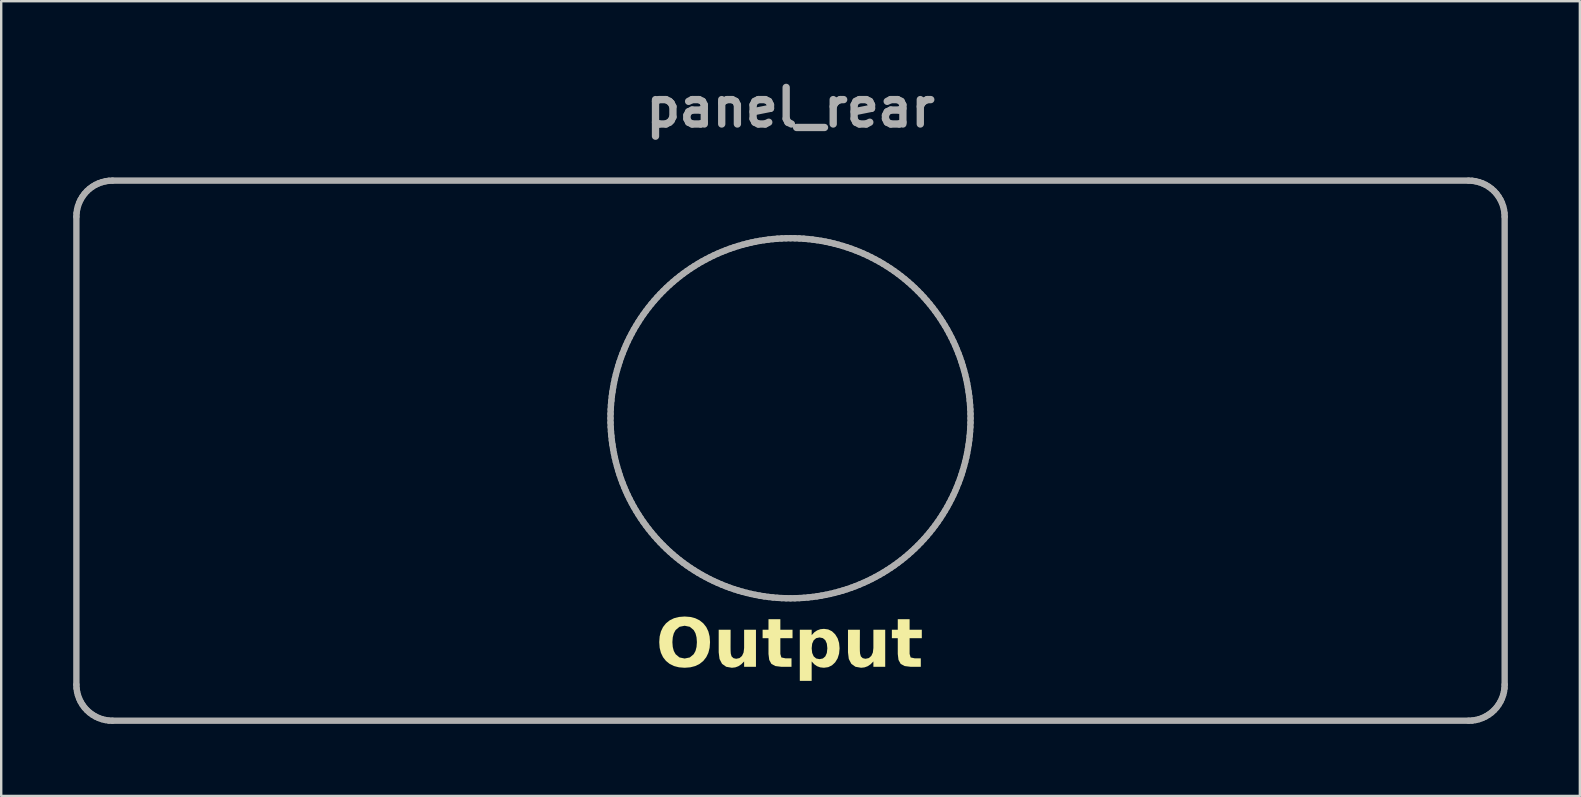
<source format=kicad_pcb>
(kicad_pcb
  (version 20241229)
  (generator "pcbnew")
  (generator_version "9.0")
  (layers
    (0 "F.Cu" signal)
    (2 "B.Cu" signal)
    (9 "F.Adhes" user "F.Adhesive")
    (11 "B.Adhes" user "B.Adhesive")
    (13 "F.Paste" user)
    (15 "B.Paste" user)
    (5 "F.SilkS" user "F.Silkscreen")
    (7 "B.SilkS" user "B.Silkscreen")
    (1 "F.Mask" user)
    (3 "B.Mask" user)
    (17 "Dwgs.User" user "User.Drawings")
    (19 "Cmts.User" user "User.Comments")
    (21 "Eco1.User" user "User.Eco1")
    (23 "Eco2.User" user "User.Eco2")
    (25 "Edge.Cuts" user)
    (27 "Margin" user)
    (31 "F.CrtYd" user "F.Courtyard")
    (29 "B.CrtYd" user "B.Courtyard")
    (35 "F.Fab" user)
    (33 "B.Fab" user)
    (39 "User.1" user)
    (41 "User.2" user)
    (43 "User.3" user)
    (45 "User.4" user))
  (footprint "panel_rear"
    (layer "F.Cu")
    (at 29.882 15.724)
    (property "Reference" "panel_rear" (at 0 -14.298 0) (layer "F.Fab") (effects (font (size 1.524 1.524) (thickness 0.305))))
    (attr exclude_from_pos_files exclude_from_bom)
    (fp_poly (pts (xy -0.424 7.022) (xy -0.424 7.46) (xy 0.084 7.46) (xy 0.084 7.813) (xy -0.424 7.813) (xy -0.424 8.468) (xy -0.382 8.614) (xy -0.212 8.651) (xy 0.041 8.651) (xy 0.041 9.004) (xy -0.382 9.004) (xy -0.631 8.973) (xy -0.797 8.883) (xy -0.887 8.717) (xy -0.918 8.468) (xy -0.918 7.813) (xy -1.163 7.813) (xy -1.163 7.46) (xy -0.918 7.46) (xy -0.918 7.022) (xy -0.424 7.022)) (stroke (width 0) (type solid)) (fill yes) (layer "F.SilkS"))
    (fp_poly (pts (xy 4.961 7.022) (xy 4.961 7.46) (xy 5.469 7.46) (xy 5.469 7.813) (xy 4.961 7.813) (xy 4.961 8.468) (xy 5.004 8.614) (xy 5.173 8.651) (xy 5.427 8.651) (xy 5.427 9.004) (xy 5.004 9.004) (xy 4.754 8.973) (xy 4.589 8.883) (xy 4.498 8.717) (xy 4.468 8.468) (xy 4.468 7.813) (xy 4.222 7.813) (xy 4.222 7.46) (xy 4.468 7.46) (xy 4.468 7.022) (xy 4.961 7.022)) (stroke (width 0) (type solid)) (fill yes) (layer "F.SilkS"))
    (fp_poly (pts (xy -2.992 8.403) (xy -2.992 7.46) (xy -2.496 7.46) (xy -2.496 7.615) (xy -2.496 7.756) (xy -2.497 7.93) (xy -2.498 8.182) (xy -2.496 8.343) (xy -2.489 8.451) (xy -2.456 8.57) (xy -2.377 8.644) (xy -2.264 8.67) (xy -2.126 8.641) (xy -2.022 8.552) (xy -1.956 8.41) (xy -1.933 8.222) (xy -1.933 7.46) (xy -1.44 7.46) (xy -1.44 9.004) (xy -1.933 9.004) (xy -1.933 8.781) (xy -2.049 8.898) (xy -2.171 8.98) (xy -2.301 9.028) (xy -2.445 9.044) (xy -2.68 9.003) (xy -2.853 8.88) (xy -2.957 8.679) (xy -2.992 8.403) (xy -2.992 8.403)) (stroke (width 0) (type solid)) (fill yes) (layer "F.SilkS"))
    (fp_poly (pts (xy 2.394 8.403) (xy 2.394 7.46) (xy 2.89 7.46) (xy 2.89 7.615) (xy 2.889 7.756) (xy 2.888 7.93) (xy 2.887 8.182) (xy 2.889 8.343) (xy 2.897 8.451) (xy 2.93 8.57) (xy 3.008 8.644) (xy 3.121 8.67) (xy 3.259 8.641) (xy 3.364 8.552) (xy 3.43 8.41) (xy 3.452 8.222) (xy 3.452 7.46) (xy 3.945 7.46) (xy 3.945 9.004) (xy 3.452 9.004) (xy 3.452 8.781) (xy 3.337 8.898) (xy 3.215 8.98) (xy 3.084 9.028) (xy 2.941 9.044) (xy 2.705 9.003) (xy 2.533 8.88) (xy 2.428 8.679) (xy 2.394 8.403) (xy 2.394 8.403)) (stroke (width 0) (type solid)) (fill yes) (layer "F.SilkS"))
    (fp_poly (pts (xy 0.881 8.781) (xy 0.881 9.591) (xy 0.387 9.591) (xy 0.387 7.46) (xy 0.881 7.46) (xy 0.881 7.686) (xy 0.988 7.569) (xy 1.107 7.488) (xy 1.24 7.439) (xy 1.392 7.423) (xy 1.571 7.448) (xy 1.727 7.524) (xy 1.86 7.651) (xy 1.962 7.816) (xy 2.023 8.01) (xy 2.044 8.233) (xy 2.023 8.457) (xy 1.962 8.652) (xy 1.86 8.818) (xy 1.727 8.943) (xy 1.571 9.019) (xy 1.392 9.044) (xy 1.24 9.028) (xy 1.107 8.98) (xy 0.988 8.898) (xy 0.902 8.427) (xy 0.965 8.57) (xy 1.068 8.657) (xy 1.209 8.685) (xy 1.348 8.657) (xy 1.45 8.57) (xy 1.513 8.428) (xy 1.534 8.233) (xy 1.513 8.039) (xy 1.45 7.897) (xy 1.348 7.81) (xy 1.209 7.781) (xy 1.068 7.811) (xy 0.965 7.899) (xy 0.902 8.04) (xy 0.881 8.233) (xy 0.902 8.427) (xy 0.988 8.898) (xy 0.881 8.78) (xy 0.881 8.781)) (stroke (width 0) (type solid)) (fill yes) (layer "F.SilkS"))
    (fp_poly (pts (xy -4.411 6.909) (xy -4.411 7.294) (xy -4.626 7.338) (xy -4.787 7.473) (xy -4.862 7.608) (xy -4.906 7.777) (xy -4.921 7.977) (xy -4.906 8.177) (xy -4.862 8.345) (xy -4.787 8.48) (xy -4.626 8.614) (xy -4.411 8.659) (xy -4.195 8.614) (xy -4.034 8.48) (xy -3.959 8.345) (xy -3.915 8.177) (xy -3.9 7.977) (xy -3.915 7.777) (xy -3.959 7.608) (xy -4.034 7.473) (xy -4.195 7.338) (xy -4.411 7.294) (xy -4.411 6.909) (xy -4.176 6.927) (xy -3.969 6.98) (xy -3.788 7.069) (xy -3.634 7.193) (xy -3.511 7.348) (xy -3.423 7.531) (xy -3.37 7.741) (xy -3.353 7.977) (xy -3.37 8.213) (xy -3.423 8.422) (xy -3.511 8.604) (xy -3.634 8.76) (xy -3.788 8.884) (xy -3.969 8.973) (xy -4.176 9.026) (xy -4.411 9.044) (xy -4.645 9.026) (xy -4.853 8.973) (xy -5.034 8.884) (xy -5.188 8.76) (xy -5.311 8.604) (xy -5.399 8.422) (xy -5.452 8.213) (xy -5.469 7.977) (xy -5.452 7.741) (xy -5.399 7.531) (xy -5.311 7.348) (xy -5.188 7.193) (xy -5.034 7.069) (xy -4.853 6.98) (xy -4.645 6.927) (xy -4.411 6.909)) (stroke (width 0) (type solid)) (fill yes) (layer "F.SilkS"))
    (fp_line (start -29.75 -9.75) (end -29.743 -9.897) (stroke (width 0.265) (type solid)) (layer "F.Fab"))
    (fp_line (start -29.75 9.75) (end -29.75 -9.75) (stroke (width 0.265) (type solid)) (layer "F.Fab"))
    (fp_line (start -29.743 -9.897) (end -29.721 -10.043) (stroke (width 0.265) (type solid)) (layer "F.Fab"))
    (fp_line (start -29.743 9.897) (end -29.75 9.75) (stroke (width 0.265) (type solid)) (layer "F.Fab"))
    (fp_line (start -29.721 -10.043) (end -29.685 -10.185) (stroke (width 0.265) (type solid)) (layer "F.Fab"))
    (fp_line (start -29.721 10.043) (end -29.743 9.897) (stroke (width 0.265) (type solid)) (layer "F.Fab"))
    (fp_line (start -29.685 -10.185) (end -29.636 -10.324) (stroke (width 0.265) (type solid)) (layer "F.Fab"))
    (fp_line (start -29.685 10.185) (end -29.721 10.043) (stroke (width 0.265) (type solid)) (layer "F.Fab"))
    (fp_line (start -29.636 -10.324) (end -29.573 -10.457) (stroke (width 0.265) (type solid)) (layer "F.Fab"))
    (fp_line (start -29.636 10.324) (end -29.685 10.185) (stroke (width 0.265) (type solid)) (layer "F.Fab"))
    (fp_line (start -29.573 -10.457) (end -29.497 -10.583) (stroke (width 0.265) (type solid)) (layer "F.Fab"))
    (fp_line (start -29.573 10.457) (end -29.636 10.324) (stroke (width 0.265) (type solid)) (layer "F.Fab"))
    (fp_line (start -29.497 -10.583) (end -29.41 -10.702) (stroke (width 0.265) (type solid)) (layer "F.Fab"))
    (fp_line (start -29.497 10.583) (end -29.573 10.457) (stroke (width 0.265) (type solid)) (layer "F.Fab"))
    (fp_line (start -29.41 -10.702) (end -29.311 -10.811) (stroke (width 0.265) (type solid)) (layer "F.Fab"))
    (fp_line (start -29.41 10.702) (end -29.497 10.583) (stroke (width 0.265) (type solid)) (layer "F.Fab"))
    (fp_line (start -29.311 -10.811) (end -29.202 -10.91) (stroke (width 0.265) (type solid)) (layer "F.Fab"))
    (fp_line (start -29.311 10.811) (end -29.41 10.702) (stroke (width 0.265) (type solid)) (layer "F.Fab"))
    (fp_line (start -29.202 -10.91) (end -29.083 -10.997) (stroke (width 0.265) (type solid)) (layer "F.Fab"))
    (fp_line (start -29.202 10.91) (end -29.311 10.811) (stroke (width 0.265) (type solid)) (layer "F.Fab"))
    (fp_line (start -29.083 -10.997) (end -28.957 -11.073) (stroke (width 0.265) (type solid)) (layer "F.Fab"))
    (fp_line (start -29.083 10.997) (end -29.202 10.91) (stroke (width 0.265) (type solid)) (layer "F.Fab"))
    (fp_line (start -28.957 -11.073) (end -28.824 -11.136) (stroke (width 0.265) (type solid)) (layer "F.Fab"))
    (fp_line (start -28.957 11.073) (end -29.083 10.997) (stroke (width 0.265) (type solid)) (layer "F.Fab"))
    (fp_line (start -28.824 -11.136) (end -28.685 -11.185) (stroke (width 0.265) (type solid)) (layer "F.Fab"))
    (fp_line (start -28.824 11.136) (end -28.957 11.073) (stroke (width 0.265) (type solid)) (layer "F.Fab"))
    (fp_line (start -28.685 -11.185) (end -28.543 -11.221) (stroke (width 0.265) (type solid)) (layer "F.Fab"))
    (fp_line (start -28.685 11.185) (end -28.824 11.136) (stroke (width 0.265) (type solid)) (layer "F.Fab"))
    (fp_line (start -28.543 -11.221) (end -28.397 -11.243) (stroke (width 0.265) (type solid)) (layer "F.Fab"))
    (fp_line (start -28.543 11.221) (end -28.685 11.185) (stroke (width 0.265) (type solid)) (layer "F.Fab"))
    (fp_line (start -28.397 -11.243) (end -28.25 -11.25) (stroke (width 0.265) (type solid)) (layer "F.Fab"))
    (fp_line (start -28.397 11.243) (end -28.543 11.221) (stroke (width 0.265) (type solid)) (layer "F.Fab"))
    (fp_line (start -28.25 -11.25) (end 28.25 -11.25) (stroke (width 0.265) (type solid)) (layer "F.Fab"))
    (fp_line (start -28.25 11.25) (end -28.397 11.243) (stroke (width 0.265) (type solid)) (layer "F.Fab"))
    (fp_line (start -7.5 -1.35) (end -7.498 -1.166) (stroke (width 0.265) (type solid)) (layer "F.Fab"))
    (fp_line (start -7.498 -1.534) (end -7.5 -1.35) (stroke (width 0.265) (type solid)) (layer "F.Fab"))
    (fp_line (start -7.498 -1.166) (end -7.491 -0.982) (stroke (width 0.265) (type solid)) (layer "F.Fab"))
    (fp_line (start -7.491 -1.718) (end -7.498 -1.534) (stroke (width 0.265) (type solid)) (layer "F.Fab"))
    (fp_line (start -7.491 -0.982) (end -7.48 -0.798) (stroke (width 0.265) (type solid)) (layer "F.Fab"))
    (fp_line (start -7.48 -1.902) (end -7.491 -1.718) (stroke (width 0.265) (type solid)) (layer "F.Fab"))
    (fp_line (start -7.48 -0.798) (end -7.464 -0.615) (stroke (width 0.265) (type solid)) (layer "F.Fab"))
    (fp_line (start -7.464 -2.085) (end -7.48 -1.902) (stroke (width 0.265) (type solid)) (layer "F.Fab"))
    (fp_line (start -7.464 -0.615) (end -7.444 -0.432) (stroke (width 0.265) (type solid)) (layer "F.Fab"))
    (fp_line (start -7.444 -2.268) (end -7.464 -2.085) (stroke (width 0.265) (type solid)) (layer "F.Fab"))
    (fp_line (start -7.444 -0.432) (end -7.419 -0.25) (stroke (width 0.265) (type solid)) (layer "F.Fab"))
    (fp_line (start -7.419 -2.45) (end -7.444 -2.268) (stroke (width 0.265) (type solid)) (layer "F.Fab"))
    (fp_line (start -7.419 -0.25) (end -7.39 -0.068) (stroke (width 0.265) (type solid)) (layer "F.Fab"))
    (fp_line (start -7.39 -2.632) (end -7.419 -2.45) (stroke (width 0.265) (type solid)) (layer "F.Fab"))
    (fp_line (start -7.39 -0.068) (end -7.356 0.113) (stroke (width 0.265) (type solid)) (layer "F.Fab"))
    (fp_line (start -7.356 -2.813) (end -7.39 -2.632) (stroke (width 0.265) (type solid)) (layer "F.Fab"))
    (fp_line (start -7.356 0.113) (end -7.318 0.293) (stroke (width 0.265) (type solid)) (layer "F.Fab"))
    (fp_line (start -7.318 -2.993) (end -7.356 -2.813) (stroke (width 0.265) (type solid)) (layer "F.Fab"))
    (fp_line (start -7.318 0.293) (end -7.275 0.472) (stroke (width 0.265) (type solid)) (layer "F.Fab"))
    (fp_line (start -7.275 -3.172) (end -7.318 -2.993) (stroke (width 0.265) (type solid)) (layer "F.Fab"))
    (fp_line (start -7.275 0.472) (end -7.228 0.65) (stroke (width 0.265) (type solid)) (layer "F.Fab"))
    (fp_line (start -7.228 -3.35) (end -7.275 -3.172) (stroke (width 0.265) (type solid)) (layer "F.Fab"))
    (fp_line (start -7.228 0.65) (end -7.177 0.827) (stroke (width 0.265) (type solid)) (layer "F.Fab"))
    (fp_line (start -7.177 -3.527) (end -7.228 -3.35) (stroke (width 0.265) (type solid)) (layer "F.Fab"))
    (fp_line (start -7.177 0.827) (end -7.121 1.003) (stroke (width 0.265) (type solid)) (layer "F.Fab"))
    (fp_line (start -7.121 -3.703) (end -7.177 -3.527) (stroke (width 0.265) (type solid)) (layer "F.Fab"))
    (fp_line (start -7.121 1.003) (end -7.062 1.177) (stroke (width 0.265) (type solid)) (layer "F.Fab"))
    (fp_line (start -7.062 -3.877) (end -7.121 -3.703) (stroke (width 0.265) (type solid)) (layer "F.Fab"))
    (fp_line (start -7.062 1.177) (end -6.997 1.349) (stroke (width 0.265) (type solid)) (layer "F.Fab"))
    (fp_line (start -6.997 -4.049) (end -7.062 -3.877) (stroke (width 0.265) (type solid)) (layer "F.Fab"))
    (fp_line (start -6.997 1.349) (end -6.929 1.52) (stroke (width 0.265) (type solid)) (layer "F.Fab"))
    (fp_line (start -6.929 -4.22) (end -6.997 -4.049) (stroke (width 0.265) (type solid)) (layer "F.Fab"))
    (fp_line (start -6.929 1.52) (end -6.857 1.689) (stroke (width 0.265) (type solid)) (layer "F.Fab"))
    (fp_line (start -6.857 -4.389) (end -6.929 -4.22) (stroke (width 0.265) (type solid)) (layer "F.Fab"))
    (fp_line (start -6.857 1.689) (end -6.78 1.857) (stroke (width 0.265) (type solid)) (layer "F.Fab"))
    (fp_line (start -6.78 -4.557) (end -6.857 -4.389) (stroke (width 0.265) (type solid)) (layer "F.Fab"))
    (fp_line (start -6.78 1.857) (end -6.699 2.022) (stroke (width 0.265) (type solid)) (layer "F.Fab"))
    (fp_line (start -6.699 -4.722) (end -6.78 -4.557) (stroke (width 0.265) (type solid)) (layer "F.Fab"))
    (fp_line (start -6.699 2.022) (end -6.614 2.185) (stroke (width 0.265) (type solid)) (layer "F.Fab"))
    (fp_line (start -6.614 -4.885) (end -6.699 -4.722) (stroke (width 0.265) (type solid)) (layer "F.Fab"))
    (fp_line (start -6.614 2.185) (end -6.526 2.347) (stroke (width 0.265) (type solid)) (layer "F.Fab"))
    (fp_line (start -6.526 -5.047) (end -6.614 -4.885) (stroke (width 0.265) (type solid)) (layer "F.Fab"))
    (fp_line (start -6.526 2.347) (end -6.433 2.506) (stroke (width 0.265) (type solid)) (layer "F.Fab"))
    (fp_line (start -6.433 -5.206) (end -6.526 -5.047) (stroke (width 0.265) (type solid)) (layer "F.Fab"))
    (fp_line (start -6.433 2.506) (end -6.336 2.662) (stroke (width 0.265) (type solid)) (layer "F.Fab"))
    (fp_line (start -6.336 -5.362) (end -6.433 -5.206) (stroke (width 0.265) (type solid)) (layer "F.Fab"))
    (fp_line (start -6.336 2.662) (end -6.236 2.817) (stroke (width 0.265) (type solid)) (layer "F.Fab"))
    (fp_line (start -6.236 -5.517) (end -6.336 -5.362) (stroke (width 0.265) (type solid)) (layer "F.Fab"))
    (fp_line (start -6.236 2.817) (end -6.132 2.969) (stroke (width 0.265) (type solid)) (layer "F.Fab"))
    (fp_line (start -6.132 -5.669) (end -6.236 -5.517) (stroke (width 0.265) (type solid)) (layer "F.Fab"))
    (fp_line (start -6.132 2.969) (end -6.024 3.118) (stroke (width 0.265) (type solid)) (layer "F.Fab"))
    (fp_line (start -6.024 -5.818) (end -6.132 -5.669) (stroke (width 0.265) (type solid)) (layer "F.Fab"))
    (fp_line (start -6.024 3.118) (end -5.913 3.264) (stroke (width 0.265) (type solid)) (layer "F.Fab"))
    (fp_line (start -5.913 -5.964) (end -6.024 -5.818) (stroke (width 0.265) (type solid)) (layer "F.Fab"))
    (fp_line (start -5.913 3.264) (end -5.798 3.408) (stroke (width 0.265) (type solid)) (layer "F.Fab"))
    (fp_line (start -5.798 -6.108) (end -5.913 -5.964) (stroke (width 0.265) (type solid)) (layer "F.Fab"))
    (fp_line (start -5.798 3.408) (end -5.679 3.549) (stroke (width 0.265) (type solid)) (layer "F.Fab"))
    (fp_line (start -5.679 -6.249) (end -5.798 -6.108) (stroke (width 0.265) (type solid)) (layer "F.Fab"))
    (fp_line (start -5.679 3.549) (end -5.557 3.687) (stroke (width 0.265) (type solid)) (layer "F.Fab"))
    (fp_line (start -5.557 -6.387) (end -5.679 -6.249) (stroke (width 0.265) (type solid)) (layer "F.Fab"))
    (fp_line (start -5.557 3.687) (end -5.432 3.822) (stroke (width 0.265) (type solid)) (layer "F.Fab"))
    (fp_line (start -5.432 -6.522) (end -5.557 -6.387) (stroke (width 0.265) (type solid)) (layer "F.Fab"))
    (fp_line (start -5.432 3.822) (end -5.303 3.953) (stroke (width 0.265) (type solid)) (layer "F.Fab"))
    (fp_line (start -5.303 -6.653) (end -5.432 -6.522) (stroke (width 0.265) (type solid)) (layer "F.Fab"))
    (fp_line (start -5.303 3.953) (end -5.172 4.082) (stroke (width 0.265) (type solid)) (layer "F.Fab"))
    (fp_line (start -5.172 -6.782) (end -5.303 -6.653) (stroke (width 0.265) (type solid)) (layer "F.Fab"))
    (fp_line (start -5.172 4.082) (end -5.037 4.207) (stroke (width 0.265) (type solid)) (layer "F.Fab"))
    (fp_line (start -5.037 -6.907) (end -5.172 -6.782) (stroke (width 0.265) (type solid)) (layer "F.Fab"))
    (fp_line (start -5.037 4.207) (end -4.899 4.329) (stroke (width 0.265) (type solid)) (layer "F.Fab"))
    (fp_line (start -4.899 -7.029) (end -5.037 -6.907) (stroke (width 0.265) (type solid)) (layer "F.Fab"))
    (fp_line (start -4.899 4.329) (end -4.758 4.448) (stroke (width 0.265) (type solid)) (layer "F.Fab"))
    (fp_line (start -4.758 -7.148) (end -4.899 -7.029) (stroke (width 0.265) (type solid)) (layer "F.Fab"))
    (fp_line (start -4.758 4.448) (end -4.614 4.563) (stroke (width 0.265) (type solid)) (layer "F.Fab"))
    (fp_line (start -4.614 -7.263) (end -4.758 -7.148) (stroke (width 0.265) (type solid)) (layer "F.Fab"))
    (fp_line (start -4.614 4.563) (end -4.468 4.674) (stroke (width 0.265) (type solid)) (layer "F.Fab"))
    (fp_line (start -4.468 -7.374) (end -4.614 -7.263) (stroke (width 0.265) (type solid)) (layer "F.Fab"))
    (fp_line (start -4.468 4.674) (end -4.319 4.782) (stroke (width 0.265) (type solid)) (layer "F.Fab"))
    (fp_line (start -4.319 -7.482) (end -4.468 -7.374) (stroke (width 0.265) (type solid)) (layer "F.Fab"))
    (fp_line (start -4.319 4.782) (end -4.167 4.886) (stroke (width 0.265) (type solid)) (layer "F.Fab"))
    (fp_line (start -4.167 -7.586) (end -4.319 -7.482) (stroke (width 0.265) (type solid)) (layer "F.Fab"))
    (fp_line (start -4.167 4.886) (end -4.012 4.986) (stroke (width 0.265) (type solid)) (layer "F.Fab"))
    (fp_line (start -4.012 -7.686) (end -4.167 -7.586) (stroke (width 0.265) (type solid)) (layer "F.Fab"))
    (fp_line (start -4.012 4.986) (end -3.856 5.083) (stroke (width 0.265) (type solid)) (layer "F.Fab"))
    (fp_line (start -3.856 -7.783) (end -4.012 -7.686) (stroke (width 0.265) (type solid)) (layer "F.Fab"))
    (fp_line (start -3.856 5.083) (end -3.697 5.176) (stroke (width 0.265) (type solid)) (layer "F.Fab"))
    (fp_line (start -3.697 -7.876) (end -3.856 -7.783) (stroke (width 0.265) (type solid)) (layer "F.Fab"))
    (fp_line (start -3.697 5.176) (end -3.535 5.264) (stroke (width 0.265) (type solid)) (layer "F.Fab"))
    (fp_line (start -3.535 -7.964) (end -3.697 -7.876) (stroke (width 0.265) (type solid)) (layer "F.Fab"))
    (fp_line (start -3.535 5.264) (end -3.372 5.349) (stroke (width 0.265) (type solid)) (layer "F.Fab"))
    (fp_line (start -3.372 -8.049) (end -3.535 -7.964) (stroke (width 0.265) (type solid)) (layer "F.Fab"))
    (fp_line (start -3.372 5.349) (end -3.207 5.43) (stroke (width 0.265) (type solid)) (layer "F.Fab"))
    (fp_line (start -3.207 -8.13) (end -3.372 -8.049) (stroke (width 0.265) (type solid)) (layer "F.Fab"))
    (fp_line (start -3.207 5.43) (end -3.039 5.507) (stroke (width 0.265) (type solid)) (layer "F.Fab"))
    (fp_line (start -3.039 -8.207) (end -3.207 -8.13) (stroke (width 0.265) (type solid)) (layer "F.Fab"))
    (fp_line (start -3.039 5.507) (end -2.87 5.579) (stroke (width 0.265) (type solid)) (layer "F.Fab"))
    (fp_line (start -2.87 -8.279) (end -3.039 -8.207) (stroke (width 0.265) (type solid)) (layer "F.Fab"))
    (fp_line (start -2.87 5.579) (end -2.699 5.647) (stroke (width 0.265) (type solid)) (layer "F.Fab"))
    (fp_line (start -2.699 -8.347) (end -2.87 -8.279) (stroke (width 0.265) (type solid)) (layer "F.Fab"))
    (fp_line (start -2.699 5.647) (end -2.527 5.712) (stroke (width 0.265) (type solid)) (layer "F.Fab"))
    (fp_line (start -2.527 -8.412) (end -2.699 -8.347) (stroke (width 0.265) (type solid)) (layer "F.Fab"))
    (fp_line (start -2.527 5.712) (end -2.353 5.771) (stroke (width 0.265) (type solid)) (layer "F.Fab"))
    (fp_line (start -2.353 -8.471) (end -2.527 -8.412) (stroke (width 0.265) (type solid)) (layer "F.Fab"))
    (fp_line (start -2.353 5.771) (end -2.177 5.827) (stroke (width 0.265) (type solid)) (layer "F.Fab"))
    (fp_line (start -2.177 -8.527) (end -2.353 -8.471) (stroke (width 0.265) (type solid)) (layer "F.Fab"))
    (fp_line (start -2.177 5.827) (end -2 5.878) (stroke (width 0.265) (type solid)) (layer "F.Fab"))
    (fp_line (start -2 -8.578) (end -2.177 -8.527) (stroke (width 0.265) (type solid)) (layer "F.Fab"))
    (fp_line (start -2 5.878) (end -1.822 5.925) (stroke (width 0.265) (type solid)) (layer "F.Fab"))
    (fp_line (start -1.822 -8.625) (end -2 -8.578) (stroke (width 0.265) (type solid)) (layer "F.Fab"))
    (fp_line (start -1.822 5.925) (end -1.643 5.968) (stroke (width 0.265) (type solid)) (layer "F.Fab"))
    (fp_line (start -1.643 -8.668) (end -1.822 -8.625) (stroke (width 0.265) (type solid)) (layer "F.Fab"))
    (fp_line (start -1.643 5.968) (end -1.463 6.006) (stroke (width 0.265) (type solid)) (layer "F.Fab"))
    (fp_line (start -1.463 -8.706) (end -1.643 -8.668) (stroke (width 0.265) (type solid)) (layer "F.Fab"))
    (fp_line (start -1.463 6.006) (end -1.282 6.04) (stroke (width 0.265) (type solid)) (layer "F.Fab"))
    (fp_line (start -1.282 -8.74) (end -1.463 -8.706) (stroke (width 0.265) (type solid)) (layer "F.Fab"))
    (fp_line (start -1.282 6.04) (end -1.1 6.069) (stroke (width 0.265) (type solid)) (layer "F.Fab"))
    (fp_line (start -1.1 -8.769) (end -1.282 -8.74) (stroke (width 0.265) (type solid)) (layer "F.Fab"))
    (fp_line (start -1.1 6.069) (end -0.918 6.094) (stroke (width 0.265) (type solid)) (layer "F.Fab"))
    (fp_line (start -0.918 -8.794) (end -1.1 -8.769) (stroke (width 0.265) (type solid)) (layer "F.Fab"))
    (fp_line (start -0.918 6.094) (end -0.735 6.114) (stroke (width 0.265) (type solid)) (layer "F.Fab"))
    (fp_line (start -0.735 -8.814) (end -0.918 -8.794) (stroke (width 0.265) (type solid)) (layer "F.Fab"))
    (fp_line (start -0.735 6.114) (end -0.552 6.13) (stroke (width 0.265) (type solid)) (layer "F.Fab"))
    (fp_line (start -0.552 -8.83) (end -0.735 -8.814) (stroke (width 0.265) (type solid)) (layer "F.Fab"))
    (fp_line (start -0.552 6.13) (end -0.368 6.141) (stroke (width 0.265) (type solid)) (layer "F.Fab"))
    (fp_line (start -0.368 -8.841) (end -0.552 -8.83) (stroke (width 0.265) (type solid)) (layer "F.Fab"))
    (fp_line (start -0.368 6.141) (end -0.184 6.148) (stroke (width 0.265) (type solid)) (layer "F.Fab"))
    (fp_line (start -0.184 -8.848) (end -0.368 -8.841) (stroke (width 0.265) (type solid)) (layer "F.Fab"))
    (fp_line (start -0.184 6.148) (end 0 6.15) (stroke (width 0.265) (type solid)) (layer "F.Fab"))
    (fp_line (start 0 -8.85) (end -0.184 -8.848) (stroke (width 0.265) (type solid)) (layer "F.Fab"))
    (fp_line (start 0 6.15) (end 0.184 6.148) (stroke (width 0.265) (type solid)) (layer "F.Fab"))
    (fp_line (start 0.184 -8.848) (end 0 -8.85) (stroke (width 0.265) (type solid)) (layer "F.Fab"))
    (fp_line (start 0.184 6.148) (end 0.368 6.141) (stroke (width 0.265) (type solid)) (layer "F.Fab"))
    (fp_line (start 0.368 -8.841) (end 0.184 -8.848) (stroke (width 0.265) (type solid)) (layer "F.Fab"))
    (fp_line (start 0.368 6.141) (end 0.552 6.13) (stroke (width 0.265) (type solid)) (layer "F.Fab"))
    (fp_line (start 0.552 -8.83) (end 0.368 -8.841) (stroke (width 0.265) (type solid)) (layer "F.Fab"))
    (fp_line (start 0.552 6.13) (end 0.735 6.114) (stroke (width 0.265) (type solid)) (layer "F.Fab"))
    (fp_line (start 0.735 -8.814) (end 0.552 -8.83) (stroke (width 0.265) (type solid)) (layer "F.Fab"))
    (fp_line (start 0.735 6.114) (end 0.918 6.094) (stroke (width 0.265) (type solid)) (layer "F.Fab"))
    (fp_line (start 0.918 -8.794) (end 0.735 -8.814) (stroke (width 0.265) (type solid)) (layer "F.Fab"))
    (fp_line (start 0.918 6.094) (end 1.1 6.069) (stroke (width 0.265) (type solid)) (layer "F.Fab"))
    (fp_line (start 1.1 -8.769) (end 0.918 -8.794) (stroke (width 0.265) (type solid)) (layer "F.Fab"))
    (fp_line (start 1.1 6.069) (end 1.282 6.04) (stroke (width 0.265) (type solid)) (layer "F.Fab"))
    (fp_line (start 1.282 -8.74) (end 1.1 -8.769) (stroke (width 0.265) (type solid)) (layer "F.Fab"))
    (fp_line (start 1.282 6.04) (end 1.463 6.006) (stroke (width 0.265) (type solid)) (layer "F.Fab"))
    (fp_line (start 1.463 -8.706) (end 1.282 -8.74) (stroke (width 0.265) (type solid)) (layer "F.Fab"))
    (fp_line (start 1.463 6.006) (end 1.643 5.968) (stroke (width 0.265) (type solid)) (layer "F.Fab"))
    (fp_line (start 1.643 -8.668) (end 1.463 -8.706) (stroke (width 0.265) (type solid)) (layer "F.Fab"))
    (fp_line (start 1.643 5.968) (end 1.822 5.925) (stroke (width 0.265) (type solid)) (layer "F.Fab"))
    (fp_line (start 1.822 -8.625) (end 1.643 -8.668) (stroke (width 0.265) (type solid)) (layer "F.Fab"))
    (fp_line (start 1.822 5.925) (end 2 5.878) (stroke (width 0.265) (type solid)) (layer "F.Fab"))
    (fp_line (start 2 -8.578) (end 1.822 -8.625) (stroke (width 0.265) (type solid)) (layer "F.Fab"))
    (fp_line (start 2 5.878) (end 2.177 5.827) (stroke (width 0.265) (type solid)) (layer "F.Fab"))
    (fp_line (start 2.177 -8.527) (end 2 -8.578) (stroke (width 0.265) (type solid)) (layer "F.Fab"))
    (fp_line (start 2.177 5.827) (end 2.353 5.771) (stroke (width 0.265) (type solid)) (layer "F.Fab"))
    (fp_line (start 2.353 -8.471) (end 2.177 -8.527) (stroke (width 0.265) (type solid)) (layer "F.Fab"))
    (fp_line (start 2.353 5.771) (end 2.527 5.712) (stroke (width 0.265) (type solid)) (layer "F.Fab"))
    (fp_line (start 2.527 -8.412) (end 2.353 -8.471) (stroke (width 0.265) (type solid)) (layer "F.Fab"))
    (fp_line (start 2.527 5.712) (end 2.699 5.647) (stroke (width 0.265) (type solid)) (layer "F.Fab"))
    (fp_line (start 2.699 -8.347) (end 2.527 -8.412) (stroke (width 0.265) (type solid)) (layer "F.Fab"))
    (fp_line (start 2.699 5.647) (end 2.87 5.579) (stroke (width 0.265) (type solid)) (layer "F.Fab"))
    (fp_line (start 2.87 -8.279) (end 2.699 -8.347) (stroke (width 0.265) (type solid)) (layer "F.Fab"))
    (fp_line (start 2.87 5.579) (end 3.039 5.507) (stroke (width 0.265) (type solid)) (layer "F.Fab"))
    (fp_line (start 3.039 -8.207) (end 2.87 -8.279) (stroke (width 0.265) (type solid)) (layer "F.Fab"))
    (fp_line (start 3.039 5.507) (end 3.207 5.43) (stroke (width 0.265) (type solid)) (layer "F.Fab"))
    (fp_line (start 3.207 -8.13) (end 3.039 -8.207) (stroke (width 0.265) (type solid)) (layer "F.Fab"))
    (fp_line (start 3.207 5.43) (end 3.372 5.349) (stroke (width 0.265) (type solid)) (layer "F.Fab"))
    (fp_line (start 3.372 -8.049) (end 3.207 -8.13) (stroke (width 0.265) (type solid)) (layer "F.Fab"))
    (fp_line (start 3.372 5.349) (end 3.535 5.264) (stroke (width 0.265) (type solid)) (layer "F.Fab"))
    (fp_line (start 3.535 -7.964) (end 3.372 -8.049) (stroke (width 0.265) (type solid)) (layer "F.Fab"))
    (fp_line (start 3.535 5.264) (end 3.697 5.176) (stroke (width 0.265) (type solid)) (layer "F.Fab"))
    (fp_line (start 3.697 -7.876) (end 3.535 -7.964) (stroke (width 0.265) (type solid)) (layer "F.Fab"))
    (fp_line (start 3.697 5.176) (end 3.856 5.083) (stroke (width 0.265) (type solid)) (layer "F.Fab"))
    (fp_line (start 3.856 -7.783) (end 3.697 -7.876) (stroke (width 0.265) (type solid)) (layer "F.Fab"))
    (fp_line (start 3.856 5.083) (end 4.012 4.986) (stroke (width 0.265) (type solid)) (layer "F.Fab"))
    (fp_line (start 4.012 -7.686) (end 3.856 -7.783) (stroke (width 0.265) (type solid)) (layer "F.Fab"))
    (fp_line (start 4.012 4.986) (end 4.167 4.886) (stroke (width 0.265) (type solid)) (layer "F.Fab"))
    (fp_line (start 4.167 -7.586) (end 4.012 -7.686) (stroke (width 0.265) (type solid)) (layer "F.Fab"))
    (fp_line (start 4.167 4.886) (end 4.319 4.782) (stroke (width 0.265) (type solid)) (layer "F.Fab"))
    (fp_line (start 4.319 -7.482) (end 4.167 -7.586) (stroke (width 0.265) (type solid)) (layer "F.Fab"))
    (fp_line (start 4.319 4.782) (end 4.468 4.674) (stroke (width 0.265) (type solid)) (layer "F.Fab"))
    (fp_line (start 4.468 -7.374) (end 4.319 -7.482) (stroke (width 0.265) (type solid)) (layer "F.Fab"))
    (fp_line (start 4.468 4.674) (end 4.614 4.563) (stroke (width 0.265) (type solid)) (layer "F.Fab"))
    (fp_line (start 4.614 -7.263) (end 4.468 -7.374) (stroke (width 0.265) (type solid)) (layer "F.Fab"))
    (fp_line (start 4.614 4.563) (end 4.758 4.448) (stroke (width 0.265) (type solid)) (layer "F.Fab"))
    (fp_line (start 4.758 -7.148) (end 4.614 -7.263) (stroke (width 0.265) (type solid)) (layer "F.Fab"))
    (fp_line (start 4.758 4.448) (end 4.899 4.329) (stroke (width 0.265) (type solid)) (layer "F.Fab"))
    (fp_line (start 4.899 -7.029) (end 4.758 -7.148) (stroke (width 0.265) (type solid)) (layer "F.Fab"))
    (fp_line (start 4.899 4.329) (end 5.037 4.207) (stroke (width 0.265) (type solid)) (layer "F.Fab"))
    (fp_line (start 5.037 -6.907) (end 4.899 -7.029) (stroke (width 0.265) (type solid)) (layer "F.Fab"))
    (fp_line (start 5.037 4.207) (end 5.172 4.082) (stroke (width 0.265) (type solid)) (layer "F.Fab"))
    (fp_line (start 5.172 -6.782) (end 5.037 -6.907) (stroke (width 0.265) (type solid)) (layer "F.Fab"))
    (fp_line (start 5.172 4.082) (end 5.303 3.953) (stroke (width 0.265) (type solid)) (layer "F.Fab"))
    (fp_line (start 5.303 -6.653) (end 5.172 -6.782) (stroke (width 0.265) (type solid)) (layer "F.Fab"))
    (fp_line (start 5.303 3.953) (end 5.432 3.822) (stroke (width 0.265) (type solid)) (layer "F.Fab"))
    (fp_line (start 5.432 -6.522) (end 5.303 -6.653) (stroke (width 0.265) (type solid)) (layer "F.Fab"))
    (fp_line (start 5.432 3.822) (end 5.557 3.687) (stroke (width 0.265) (type solid)) (layer "F.Fab"))
    (fp_line (start 5.557 -6.387) (end 5.432 -6.522) (stroke (width 0.265) (type solid)) (layer "F.Fab"))
    (fp_line (start 5.557 3.687) (end 5.679 3.549) (stroke (width 0.265) (type solid)) (layer "F.Fab"))
    (fp_line (start 5.679 -6.249) (end 5.557 -6.387) (stroke (width 0.265) (type solid)) (layer "F.Fab"))
    (fp_line (start 5.679 3.549) (end 5.798 3.408) (stroke (width 0.265) (type solid)) (layer "F.Fab"))
    (fp_line (start 5.798 -6.108) (end 5.679 -6.249) (stroke (width 0.265) (type solid)) (layer "F.Fab"))
    (fp_line (start 5.798 3.408) (end 5.913 3.264) (stroke (width 0.265) (type solid)) (layer "F.Fab"))
    (fp_line (start 5.913 -5.964) (end 5.798 -6.108) (stroke (width 0.265) (type solid)) (layer "F.Fab"))
    (fp_line (start 5.913 3.264) (end 6.024 3.118) (stroke (width 0.265) (type solid)) (layer "F.Fab"))
    (fp_line (start 6.024 -5.818) (end 5.913 -5.964) (stroke (width 0.265) (type solid)) (layer "F.Fab"))
    (fp_line (start 6.024 3.118) (end 6.132 2.969) (stroke (width 0.265) (type solid)) (layer "F.Fab"))
    (fp_line (start 6.132 -5.669) (end 6.024 -5.818) (stroke (width 0.265) (type solid)) (layer "F.Fab"))
    (fp_line (start 6.132 2.969) (end 6.236 2.817) (stroke (width 0.265) (type solid)) (layer "F.Fab"))
    (fp_line (start 6.236 -5.517) (end 6.132 -5.669) (stroke (width 0.265) (type solid)) (layer "F.Fab"))
    (fp_line (start 6.236 2.817) (end 6.336 2.662) (stroke (width 0.265) (type solid)) (layer "F.Fab"))
    (fp_line (start 6.336 -5.362) (end 6.236 -5.517) (stroke (width 0.265) (type solid)) (layer "F.Fab"))
    (fp_line (start 6.336 2.662) (end 6.433 2.506) (stroke (width 0.265) (type solid)) (layer "F.Fab"))
    (fp_line (start 6.433 -5.206) (end 6.336 -5.362) (stroke (width 0.265) (type solid)) (layer "F.Fab"))
    (fp_line (start 6.433 2.506) (end 6.526 2.347) (stroke (width 0.265) (type solid)) (layer "F.Fab"))
    (fp_line (start 6.526 -5.047) (end 6.433 -5.206) (stroke (width 0.265) (type solid)) (layer "F.Fab"))
    (fp_line (start 6.526 2.347) (end 6.614 2.185) (stroke (width 0.265) (type solid)) (layer "F.Fab"))
    (fp_line (start 6.614 -4.885) (end 6.526 -5.047) (stroke (width 0.265) (type solid)) (layer "F.Fab"))
    (fp_line (start 6.614 2.185) (end 6.699 2.022) (stroke (width 0.265) (type solid)) (layer "F.Fab"))
    (fp_line (start 6.699 -4.722) (end 6.614 -4.885) (stroke (width 0.265) (type solid)) (layer "F.Fab"))
    (fp_line (start 6.699 2.022) (end 6.78 1.857) (stroke (width 0.265) (type solid)) (layer "F.Fab"))
    (fp_line (start 6.78 -4.557) (end 6.699 -4.722) (stroke (width 0.265) (type solid)) (layer "F.Fab"))
    (fp_line (start 6.78 1.857) (end 6.857 1.689) (stroke (width 0.265) (type solid)) (layer "F.Fab"))
    (fp_line (start 6.857 -4.389) (end 6.78 -4.557) (stroke (width 0.265) (type solid)) (layer "F.Fab"))
    (fp_line (start 6.857 1.689) (end 6.929 1.52) (stroke (width 0.265) (type solid)) (layer "F.Fab"))
    (fp_line (start 6.929 -4.22) (end 6.857 -4.389) (stroke (width 0.265) (type solid)) (layer "F.Fab"))
    (fp_line (start 6.929 1.52) (end 6.997 1.349) (stroke (width 0.265) (type solid)) (layer "F.Fab"))
    (fp_line (start 6.997 -4.049) (end 6.929 -4.22) (stroke (width 0.265) (type solid)) (layer "F.Fab"))
    (fp_line (start 6.997 1.349) (end 7.062 1.177) (stroke (width 0.265) (type solid)) (layer "F.Fab"))
    (fp_line (start 7.062 -3.877) (end 6.997 -4.049) (stroke (width 0.265) (type solid)) (layer "F.Fab"))
    (fp_line (start 7.062 1.177) (end 7.121 1.003) (stroke (width 0.265) (type solid)) (layer "F.Fab"))
    (fp_line (start 7.121 -3.703) (end 7.062 -3.877) (stroke (width 0.265) (type solid)) (layer "F.Fab"))
    (fp_line (start 7.121 1.003) (end 7.177 0.827) (stroke (width 0.265) (type solid)) (layer "F.Fab"))
    (fp_line (start 7.177 -3.527) (end 7.121 -3.703) (stroke (width 0.265) (type solid)) (layer "F.Fab"))
    (fp_line (start 7.177 0.827) (end 7.228 0.65) (stroke (width 0.265) (type solid)) (layer "F.Fab"))
    (fp_line (start 7.228 -3.35) (end 7.177 -3.527) (stroke (width 0.265) (type solid)) (layer "F.Fab"))
    (fp_line (start 7.228 0.65) (end 7.275 0.472) (stroke (width 0.265) (type solid)) (layer "F.Fab"))
    (fp_line (start 7.275 -3.172) (end 7.228 -3.35) (stroke (width 0.265) (type solid)) (layer "F.Fab"))
    (fp_line (start 7.275 0.472) (end 7.318 0.293) (stroke (width 0.265) (type solid)) (layer "F.Fab"))
    (fp_line (start 7.318 -2.993) (end 7.275 -3.172) (stroke (width 0.265) (type solid)) (layer "F.Fab"))
    (fp_line (start 7.318 0.293) (end 7.356 0.113) (stroke (width 0.265) (type solid)) (layer "F.Fab"))
    (fp_line (start 7.356 -2.813) (end 7.318 -2.993) (stroke (width 0.265) (type solid)) (layer "F.Fab"))
    (fp_line (start 7.356 0.113) (end 7.39 -0.068) (stroke (width 0.265) (type solid)) (layer "F.Fab"))
    (fp_line (start 7.39 -2.632) (end 7.356 -2.813) (stroke (width 0.265) (type solid)) (layer "F.Fab"))
    (fp_line (start 7.39 -0.068) (end 7.419 -0.25) (stroke (width 0.265) (type solid)) (layer "F.Fab"))
    (fp_line (start 7.419 -2.45) (end 7.39 -2.632) (stroke (width 0.265) (type solid)) (layer "F.Fab"))
    (fp_line (start 7.419 -0.25) (end 7.444 -0.432) (stroke (width 0.265) (type solid)) (layer "F.Fab"))
    (fp_line (start 7.444 -2.268) (end 7.419 -2.45) (stroke (width 0.265) (type solid)) (layer "F.Fab"))
    (fp_line (start 7.444 -0.432) (end 7.464 -0.615) (stroke (width 0.265) (type solid)) (layer "F.Fab"))
    (fp_line (start 7.464 -2.085) (end 7.444 -2.268) (stroke (width 0.265) (type solid)) (layer "F.Fab"))
    (fp_line (start 7.464 -0.615) (end 7.48 -0.798) (stroke (width 0.265) (type solid)) (layer "F.Fab"))
    (fp_line (start 7.48 -1.902) (end 7.464 -2.085) (stroke (width 0.265) (type solid)) (layer "F.Fab"))
    (fp_line (start 7.48 -0.798) (end 7.491 -0.982) (stroke (width 0.265) (type solid)) (layer "F.Fab"))
    (fp_line (start 7.491 -1.718) (end 7.48 -1.902) (stroke (width 0.265) (type solid)) (layer "F.Fab"))
    (fp_line (start 7.491 -0.982) (end 7.498 -1.166) (stroke (width 0.265) (type solid)) (layer "F.Fab"))
    (fp_line (start 7.498 -1.534) (end 7.491 -1.718) (stroke (width 0.265) (type solid)) (layer "F.Fab"))
    (fp_line (start 7.498 -1.166) (end 7.5 -1.35) (stroke (width 0.265) (type solid)) (layer "F.Fab"))
    (fp_line (start 7.5 -1.35) (end 7.498 -1.534) (stroke (width 0.265) (type solid)) (layer "F.Fab"))
    (fp_line (start 28.25 -11.25) (end 28.397 -11.243) (stroke (width 0.265) (type solid)) (layer "F.Fab"))
    (fp_line (start 28.25 11.25) (end -28.25 11.25) (stroke (width 0.265) (type solid)) (layer "F.Fab"))
    (fp_line (start 28.397 -11.243) (end 28.543 -11.221) (stroke (width 0.265) (type solid)) (layer "F.Fab"))
    (fp_line (start 28.397 11.243) (end 28.25 11.25) (stroke (width 0.265) (type solid)) (layer "F.Fab"))
    (fp_line (start 28.543 -11.221) (end 28.685 -11.185) (stroke (width 0.265) (type solid)) (layer "F.Fab"))
    (fp_line (start 28.543 11.221) (end 28.397 11.243) (stroke (width 0.265) (type solid)) (layer "F.Fab"))
    (fp_line (start 28.685 -11.185) (end 28.824 -11.136) (stroke (width 0.265) (type solid)) (layer "F.Fab"))
    (fp_line (start 28.685 11.185) (end 28.543 11.221) (stroke (width 0.265) (type solid)) (layer "F.Fab"))
    (fp_line (start 28.824 -11.136) (end 28.957 -11.073) (stroke (width 0.265) (type solid)) (layer "F.Fab"))
    (fp_line (start 28.824 11.136) (end 28.685 11.185) (stroke (width 0.265) (type solid)) (layer "F.Fab"))
    (fp_line (start 28.957 -11.073) (end 29.083 -10.997) (stroke (width 0.265) (type solid)) (layer "F.Fab"))
    (fp_line (start 28.957 11.073) (end 28.824 11.136) (stroke (width 0.265) (type solid)) (layer "F.Fab"))
    (fp_line (start 29.083 -10.997) (end 29.202 -10.91) (stroke (width 0.265) (type solid)) (layer "F.Fab"))
    (fp_line (start 29.083 10.997) (end 28.957 11.073) (stroke (width 0.265) (type solid)) (layer "F.Fab"))
    (fp_line (start 29.202 -10.91) (end 29.311 -10.811) (stroke (width 0.265) (type solid)) (layer "F.Fab"))
    (fp_line (start 29.202 10.91) (end 29.083 10.997) (stroke (width 0.265) (type solid)) (layer "F.Fab"))
    (fp_line (start 29.311 -10.811) (end 29.41 -10.702) (stroke (width 0.265) (type solid)) (layer "F.Fab"))
    (fp_line (start 29.311 10.811) (end 29.202 10.91) (stroke (width 0.265) (type solid)) (layer "F.Fab"))
    (fp_line (start 29.41 -10.702) (end 29.497 -10.583) (stroke (width 0.265) (type solid)) (layer "F.Fab"))
    (fp_line (start 29.41 10.702) (end 29.311 10.811) (stroke (width 0.265) (type solid)) (layer "F.Fab"))
    (fp_line (start 29.497 -10.583) (end 29.573 -10.457) (stroke (width 0.265) (type solid)) (layer "F.Fab"))
    (fp_line (start 29.497 10.583) (end 29.41 10.702) (stroke (width 0.265) (type solid)) (layer "F.Fab"))
    (fp_line (start 29.573 -10.457) (end 29.636 -10.324) (stroke (width 0.265) (type solid)) (layer "F.Fab"))
    (fp_line (start 29.573 10.457) (end 29.497 10.583) (stroke (width 0.265) (type solid)) (layer "F.Fab"))
    (fp_line (start 29.636 -10.324) (end 29.685 -10.185) (stroke (width 0.265) (type solid)) (layer "F.Fab"))
    (fp_line (start 29.636 10.324) (end 29.573 10.457) (stroke (width 0.265) (type solid)) (layer "F.Fab"))
    (fp_line (start 29.685 -10.185) (end 29.721 -10.043) (stroke (width 0.265) (type solid)) (layer "F.Fab"))
    (fp_line (start 29.685 10.185) (end 29.636 10.324) (stroke (width 0.265) (type solid)) (layer "F.Fab"))
    (fp_line (start 29.721 -10.043) (end 29.743 -9.897) (stroke (width 0.265) (type solid)) (layer "F.Fab"))
    (fp_line (start 29.721 10.043) (end 29.685 10.185) (stroke (width 0.265) (type solid)) (layer "F.Fab"))
    (fp_line (start 29.743 -9.897) (end 29.75 -9.75) (stroke (width 0.265) (type solid)) (layer "F.Fab"))
    (fp_line (start 29.743 9.897) (end 29.721 10.043) (stroke (width 0.265) (type solid)) (layer "F.Fab"))
    (fp_line (start 29.75 -9.75) (end 29.75 9.75) (stroke (width 0.265) (type solid)) (layer "F.Fab"))
    (fp_line (start 29.75 9.75) (end 29.743 9.897) (stroke (width 0.265) (type solid)) (layer "F.Fab")))
  (gr_rect
    (start -3 -3)
    (end 62.765 30.107)
    (stroke (width 0.1) (type default))
    (fill no)
    (layer "Edge.Cuts")))
</source>
